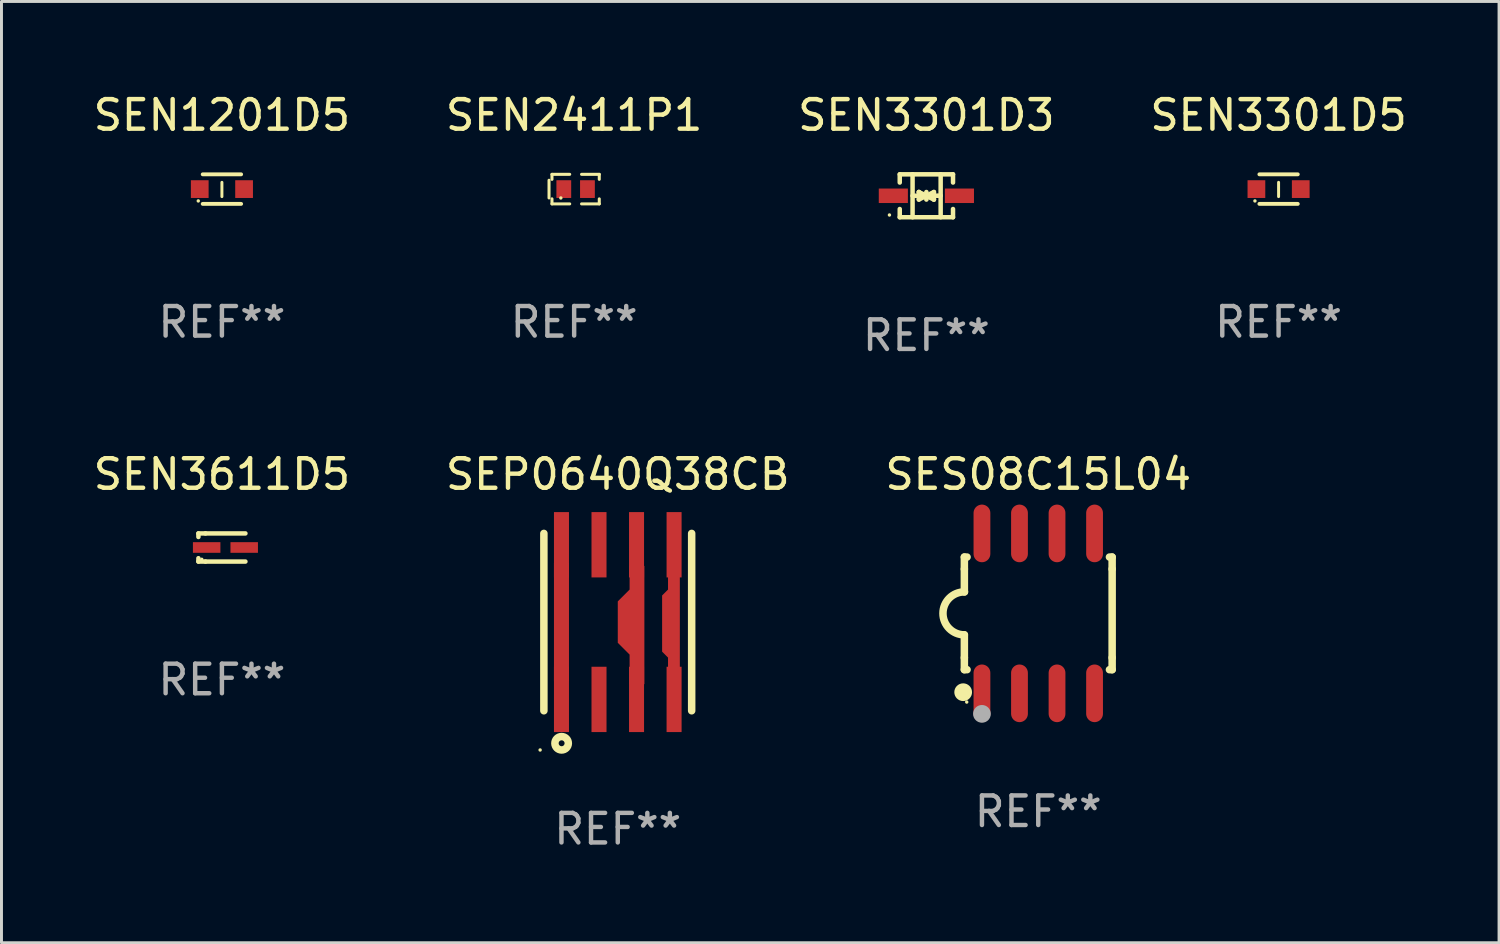
<source format=kicad_pcb>
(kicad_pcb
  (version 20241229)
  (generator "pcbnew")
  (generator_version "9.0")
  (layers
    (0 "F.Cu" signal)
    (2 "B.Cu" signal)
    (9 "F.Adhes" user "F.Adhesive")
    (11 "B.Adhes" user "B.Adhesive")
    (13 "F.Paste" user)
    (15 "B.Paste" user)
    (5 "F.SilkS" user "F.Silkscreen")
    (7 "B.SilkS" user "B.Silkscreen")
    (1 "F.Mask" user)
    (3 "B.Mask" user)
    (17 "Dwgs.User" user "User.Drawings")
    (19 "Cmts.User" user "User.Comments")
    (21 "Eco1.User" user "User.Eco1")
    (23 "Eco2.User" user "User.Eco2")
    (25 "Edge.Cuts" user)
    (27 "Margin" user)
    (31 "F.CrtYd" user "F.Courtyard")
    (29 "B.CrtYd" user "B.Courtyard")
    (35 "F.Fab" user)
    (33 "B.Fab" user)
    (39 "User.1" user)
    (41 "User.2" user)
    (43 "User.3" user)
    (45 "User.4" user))
  (footprint "SEN3301D3"
    (layer "F.Cu")
    (at 28.292 3.574)
    (property "Reference" "SEN3301D3" (at 0 -2.726 0) (layer "F.SilkS") (effects (font (size 1 1) (thickness 0.15))))
    (attr through_hole)
    (fp_line (start -0.901 -0.726) (end -0.901 -0.448) (stroke (width 0.152) (type solid)) (layer "F.SilkS"))
    (fp_line (start -0.901 0.726) (end -0.901 0.448) (stroke (width 0.152) (type solid)) (layer "F.SilkS"))
    (fp_line (start -0.467 0) (end 0.483 -0.003) (stroke (width 0.154) (type solid)) (layer "F.SilkS"))
    (fp_line (start -0.467 0.726) (end -0.467 -0.726) (stroke (width 0.152) (type solid)) (layer "F.SilkS"))
    (fp_line (start -0.254 -0.127) (end -0.254 -0.127) (stroke (width 0.154) (type solid)) (layer "F.SilkS"))
    (fp_line (start -0.254 -0.127) (end -0.002 -0.003) (stroke (width 0.154) (type solid)) (layer "F.SilkS"))
    (fp_line (start -0.254 0.127) (end -0.254 -0.127) (stroke (width 0.154) (type solid)) (layer "F.SilkS"))
    (fp_line (start -0.127 0) (end 0.003 0) (stroke (width 0.154) (type solid)) (layer "F.SilkS"))
    (fp_line (start -0.003 0) (end -0.254 0.127) (stroke (width 0.154) (type solid)) (layer "F.SilkS"))
    (fp_line (start 0 -0.127) (end 0 0.127) (stroke (width 0.154) (type solid)) (layer "F.SilkS"))
    (fp_line (start 0.003 0) (end 0.254 -0.127) (stroke (width 0.154) (type solid)) (layer "F.SilkS"))
    (fp_line (start 0.127 0) (end -0.003 0) (stroke (width 0.154) (type solid)) (layer "F.SilkS"))
    (fp_line (start 0.254 -0.127) (end 0.254 0.127) (stroke (width 0.154) (type solid)) (layer "F.SilkS"))
    (fp_line (start 0.254 0.127) (end 0.002 0.003) (stroke (width 0.154) (type solid)) (layer "F.SilkS"))
    (fp_line (start 0.254 0.127) (end 0.254 0.127) (stroke (width 0.154) (type solid)) (layer "F.SilkS"))
    (fp_line (start 0.483 0.726) (end 0.483 -0.726) (stroke (width 0.152) (type solid)) (layer "F.SilkS"))
    (fp_line (start 0.901 -0.726) (end -0.901 -0.726) (stroke (width 0.152) (type solid)) (layer "F.SilkS"))
    (fp_line (start 0.901 -0.726) (end 0.901 -0.448) (stroke (width 0.152) (type solid)) (layer "F.SilkS"))
    (fp_line (start 0.901 0.726) (end -0.901 0.726) (stroke (width 0.152) (type solid)) (layer "F.SilkS"))
    (fp_line (start 0.901 0.726) (end 0.901 0.448) (stroke (width 0.152) (type solid)) (layer "F.SilkS"))
    (fp_circle (center -1.25 0.65) (end -1.22 0.65) (stroke (width 0.06) (type solid)) (fill no) (layer "F.SilkS"))
    (fp_text user "REF**" (at 0 4.726 0) (layer "F.Fab") (effects (font (size 1 1) (thickness 0.15))))
    (pad "1" smd rect (at -1.118 0) (size 0.985 0.49) (layers "F.Cu" "F.Mask" "F.Paste"))
    (pad "2" smd rect (at 1.118 0) (size 0.985 0.49) (layers "F.Cu" "F.Mask" "F.Paste")))
  (footprint "SEN2411P1"
    (layer "F.Cu")
    (at 16.375 3.348)
    (property "Reference" "SEN2411P1" (at 0 -2.5 0) (layer "F.SilkS") (effects (font (size 1 1) (thickness 0.15))))
    (attr through_hole)
    (fp_line (start -0.85 -0.3) (end -0.85 0.3) (stroke (width 0.102) (type solid)) (layer "F.SilkS"))
    (fp_line (start -0.75 -0.5) (end -0.75 -0.329) (stroke (width 0.102) (type solid)) (layer "F.SilkS"))
    (fp_line (start -0.75 0.329) (end -0.75 0.5) (stroke (width 0.102) (type solid)) (layer "F.SilkS"))
    (fp_line (start -0.75 0.5) (end -0.15 0.5) (stroke (width 0.102) (type solid)) (layer "F.SilkS"))
    (fp_line (start -0.15 -0.5) (end -0.75 -0.5) (stroke (width 0.102) (type solid)) (layer "F.SilkS"))
    (fp_line (start 0.25 -0.5) (end 0.85 -0.5) (stroke (width 0.102) (type solid)) (layer "F.SilkS"))
    (fp_line (start 0.85 -0.5) (end 0.85 -0.33) (stroke (width 0.102) (type solid)) (layer "F.SilkS"))
    (fp_line (start 0.85 0.33) (end 0.85 0.5) (stroke (width 0.102) (type solid)) (layer "F.SilkS"))
    (fp_line (start 0.85 0.5) (end 0.25 0.5) (stroke (width 0.102) (type solid)) (layer "F.SilkS"))
    (fp_circle (center -0.45 0.3) (end -0.42 0.3) (stroke (width 0.06) (type solid)) (fill no) (layer "F.SilkS"))
    (fp_text user "REF**" (at 0 4.5 0) (layer "F.Fab") (effects (font (size 1 1) (thickness 0.15))))
    (pad "1" smd rect (at -0.35 0) (size 0.5 0.6) (layers "F.Cu" "F.Mask" "F.Paste"))
    (pad "2" smd rect (at 0.45 0) (size 0.5 0.6) (layers "F.Cu" "F.Mask" "F.Paste")))
  (footprint "SEN1201D5"
    (layer "F.Cu")
    (at 4.458 3.348)
    (property "Reference" "SEN1201D5" (at 0 -2.5 0) (layer "F.SilkS") (effects (font (size 1 1) (thickness 0.15))))
    (attr through_hole)
    (fp_line (start -0.65 -0.5) (end 0.65 -0.5) (stroke (width 0.13) (type solid)) (layer "F.SilkS"))
    (fp_line (start -0.65 0.5) (end 0.65 0.5) (stroke (width 0.13) (type solid)) (layer "F.SilkS"))
    (fp_line (start 0 -0.229) (end 0 0.254) (stroke (width 0.1) (type solid)) (layer "F.SilkS"))
    (fp_circle (center -0.8 0.4) (end -0.77 0.4) (stroke (width 0.06) (type solid)) (fill no) (layer "F.SilkS"))
    (fp_text user "REF**" (at 0 4.5 0) (layer "F.Fab") (effects (font (size 1 1) (thickness 0.15))))
    (pad "1" smd rect (at -0.75 0) (size 0.6 0.6) (layers "F.Cu" "F.Mask" "F.Paste"))
    (pad "2" smd rect (at 0.75 0 180) (size 0.6 0.6) (layers "F.Cu" "F.Mask" "F.Paste")))
  (footprint "SES08C15L04"
    (layer "F.Cu")
    (at 32.077 17.702)
    (property "Reference" "SES08C15L04" (at 0 -4.705 0) (layer "F.SilkS") (effects (font (size 1 1) (thickness 0.15))))
    (attr through_hole)
    (fp_line (start -2.5 -1.905) (end -2.409 -1.905) (stroke (width 0.254) (type solid)) (layer "F.SilkS"))
    (fp_line (start -2.5 -1.5) (end -2.5 -1.905) (stroke (width 0.254) (type solid)) (layer "F.SilkS"))
    (fp_line (start -2.5 -1.5) (end -2.5 -0.726) (stroke (width 0.254) (type solid)) (layer "F.SilkS"))
    (fp_line (start -2.5 1.5) (end -2.5 0.727) (stroke (width 0.254) (type solid)) (layer "F.SilkS"))
    (fp_line (start -2.5 1.5) (end -2.5 1.905) (stroke (width 0.254) (type solid)) (layer "F.SilkS"))
    (fp_line (start -2.5 1.905) (end -2.409 1.905) (stroke (width 0.254) (type solid)) (layer "F.SilkS"))
    (fp_line (start 2.5 -1.905) (end 2.409 -1.905) (stroke (width 0.254) (type solid)) (layer "F.SilkS"))
    (fp_line (start 2.5 -1.5) (end 2.5 -1.905) (stroke (width 0.254) (type solid)) (layer "F.SilkS"))
    (fp_line (start 2.5 -1.5) (end 2.5 1.5) (stroke (width 0.254) (type solid)) (layer "F.SilkS"))
    (fp_line (start 2.5 1.5) (end 2.5 1.905) (stroke (width 0.254) (type solid)) (layer "F.SilkS"))
    (fp_line (start 2.5 1.905) (end 2.409 1.905) (stroke (width 0.254) (type solid)) (layer "F.SilkS"))
    (fp_arc (start -2.5 0.726568) (mid -3.220316 -0.0023) (end -2.495097 -0.726289) (stroke (width 0.254001) (type solid)) (layer "F.SilkS"))
    (fp_circle (center -2.54 2.667) (end -2.39 2.667) (stroke (width 0.3) (type solid)) (fill no) (layer "F.SilkS"))
    (fp_circle (center -2.42 3) (end -2.39 3) (stroke (width 0.06) (type solid)) (fill no) (layer "F.SilkS"))
    (fp_circle (center -1.905 3.4) (end -1.755 3.4) (stroke (width 0.3) (type solid)) (fill no) (layer "F.Fab"))
    (fp_text user "REF**" (at 0 6.705 0) (layer "F.Fab") (effects (font (size 1 1) (thickness 0.15))))
    (pad "1" smd oval (at -1.905 2.705) (size 0.568 1.95) (layers "F.Cu" "F.Mask" "F.Paste"))
    (pad "2" smd oval (at -0.635 2.705) (size 0.568 1.95) (layers "F.Cu" "F.Mask" "F.Paste"))
    (pad "3" smd oval (at 0.635 2.705) (size 0.568 1.95) (layers "F.Cu" "F.Mask" "F.Paste"))
    (pad "4" smd oval (at 1.905 2.705) (size 0.568 1.95) (layers "F.Cu" "F.Mask" "F.Paste"))
    (pad "5" smd oval (at 1.905 -2.705) (size 0.568 1.95) (layers "F.Cu" "F.Mask" "F.Paste"))
    (pad "6" smd oval (at 0.635 -2.705) (size 0.568 1.95) (layers "F.Cu" "F.Mask" "F.Paste"))
    (pad "7" smd oval (at -0.635 -2.705) (size 0.568 1.95) (layers "F.Cu" "F.Mask" "F.Paste"))
    (pad "8" smd oval (at -1.905 -2.705) (size 0.568 1.95) (layers "F.Cu" "F.Mask" "F.Paste")))
  (footprint "SEN3301D5"
    (layer "F.Cu")
    (at 40.208 3.348)
    (property "Reference" "SEN3301D5" (at 0 -2.5 0) (layer "F.SilkS") (effects (font (size 1 1) (thickness 0.15))))
    (attr through_hole)
    (fp_line (start -0.65 -0.5) (end 0.65 -0.5) (stroke (width 0.13) (type solid)) (layer "F.SilkS"))
    (fp_line (start -0.65 0.5) (end 0.65 0.5) (stroke (width 0.13) (type solid)) (layer "F.SilkS"))
    (fp_line (start 0 -0.229) (end 0 0.254) (stroke (width 0.1) (type solid)) (layer "F.SilkS"))
    (fp_circle (center -0.8 0.4) (end -0.77 0.4) (stroke (width 0.06) (type solid)) (fill no) (layer "F.SilkS"))
    (fp_text user "REF**" (at 0 4.5 0) (layer "F.Fab") (effects (font (size 1 1) (thickness 0.15))))
    (pad "1" smd rect (at -0.75 0) (size 0.6 0.6) (layers "F.Cu" "F.Mask" "F.Paste"))
    (pad "2" smd rect (at 0.75 0 180) (size 0.6 0.6) (layers "F.Cu" "F.Mask" "F.Paste")))
  (footprint "SEP0640Q38CB"
    (layer "F.Cu")
    (at 17.851 17.997)
    (property "Reference" "SEP0640Q38CB" (at 0 -5 0) (layer "F.SilkS") (effects (font (size 1 1) (thickness 0.15))))
    (attr through_hole)
    (fp_line (start -2.5 -3) (end -2.5 3) (stroke (width 0.254) (type solid)) (layer "F.SilkS"))
    (fp_line (start 2.5 -3) (end 2.5 3) (stroke (width 0.254) (type solid)) (layer "F.SilkS"))
    (fp_circle (center -2.627 4.327) (end -2.597 4.327) (stroke (width 0.06) (type solid)) (fill no) (layer "F.SilkS"))
    (fp_circle (center -1.9 4.1) (end -1.8 4.1) (stroke (width 0.254) (type solid)) (fill no) (layer "F.SilkS"))
    (fp_text user "REF**" (at 0 7 0) (layer "F.Fab") (effects (font (size 1 1) (thickness 0.15))))
    (pad "1" smd rect (at -1.905 2.616) (size 0.508 2.21) (layers "F.Cu" "F.Mask" "F.Paste"))
    (pad "2" smd rect (at -0.635 2.616) (size 0.508 2.21) (layers "F.Cu" "F.Mask" "F.Paste"))
    (pad "3" smd rect (at 0.635 2.616) (size 0.508 2.21) (layers "F.Cu" "F.Mask" "F.Paste"))
    (pad "4" smd rect (at 1.905 2.616) (size 0.508 2.21) (layers "F.Cu" "F.Mask" "F.Paste"))
    (pad "5" smd custom (at 1.8 0.05) (size 0.6 4.1) (layers "F.Cu" "F.Mask" "F.Paste") (options (anchor circle)) (primitives (gr_poly (pts (xy -0.1 -2.05) (xy -0.1 -1.15) (xy -0.3 -0.95) (xy -0.3 0.95) (xy -0.1 1.15) (xy -0.1 2.05) (xy 0.3 2.05) (xy 0.3 -2.05)) (width 0) (fill yes))))
    (pad "5" smd rect (at 1.905 -2.616) (size 0.508 2.21) (layers "F.Cu" "F.Mask" "F.Paste"))
    (pad "6" smd custom (at 0.45 0.1) (size 0.9 4) (layers "F.Cu" "F.Mask" "F.Paste") (options (anchor circle)) (primitives (gr_poly (pts (xy -0.05 -2) (xy -0.05 -1.2) (xy -0.45 -0.8) (xy -0.45 0.6) (xy -0.05 1) (xy -0.05 2) (xy 0.45 2) (xy 0.45 -2)) (width 0) (fill yes))))
    (pad "6" smd rect (at 0.635 -2.616) (size 0.508 2.21) (layers "F.Cu" "F.Mask" "F.Paste"))
    (pad "7" smd rect (at -0.635 -2.616) (size 0.508 2.21) (layers "F.Cu" "F.Mask" "F.Paste"))
    (pad "8" smd rect (at -1.905 -2.616) (size 0.508 2.21) (layers "F.Cu" "F.Mask" "F.Paste"))
    (pad "8" smd rect (at -1.905 0) (size 0.508 4) (layers "F.Cu" "F.Mask" "F.Paste")))
  (footprint "SEN3611D5"
    (layer "F.Cu")
    (at 4.458 15.473)
    (property "Reference" "SEN3611D5" (at 0 -2.476 0) (layer "F.SilkS") (effects (font (size 1 1) (thickness 0.15))))
    (attr through_hole)
    (fp_line (start -0.795 -0.476) (end -0.795 -0.356) (stroke (width 0.152) (type solid)) (layer "F.SilkS"))
    (fp_line (start -0.795 0.363) (end -0.795 0.476) (stroke (width 0.152) (type solid)) (layer "F.SilkS"))
    (fp_line (start -0.795 0.476) (end -0.557 0.476) (stroke (width 0.152) (type solid)) (layer "F.SilkS"))
    (fp_line (start -0.557 -0.476) (end -0.795 -0.476) (stroke (width 0.152) (type solid)) (layer "F.SilkS"))
    (fp_line (start -0.557 -0.476) (end 0.795 -0.476) (stroke (width 0.152) (type solid)) (layer "F.SilkS"))
    (fp_line (start -0.557 0.476) (end 0.795 0.476) (stroke (width 0.152) (type solid)) (layer "F.SilkS"))
    (fp_circle (center -0.681 0.4) (end -0.651 0.4) (stroke (width 0.06) (type solid)) (fill no) (layer "F.SilkS"))
    (fp_text user "REF**" (at 0 4.476 0) (layer "F.Fab") (effects (font (size 1 1) (thickness 0.15))))
    (pad "1" smd rect (at -0.516 0 180) (size 0.93 0.36) (layers "F.Cu" "F.Mask" "F.Paste"))
    (pad "2" smd rect (at 0.754 0 180) (size 0.93 0.36) (layers "F.Cu" "F.Mask" "F.Paste")))
  (gr_rect
    (start -3 -3)
    (end 47.667 28.845)
    (stroke (width 0.1) (type default))
    (fill no)
    (layer "Edge.Cuts")))
</source>
